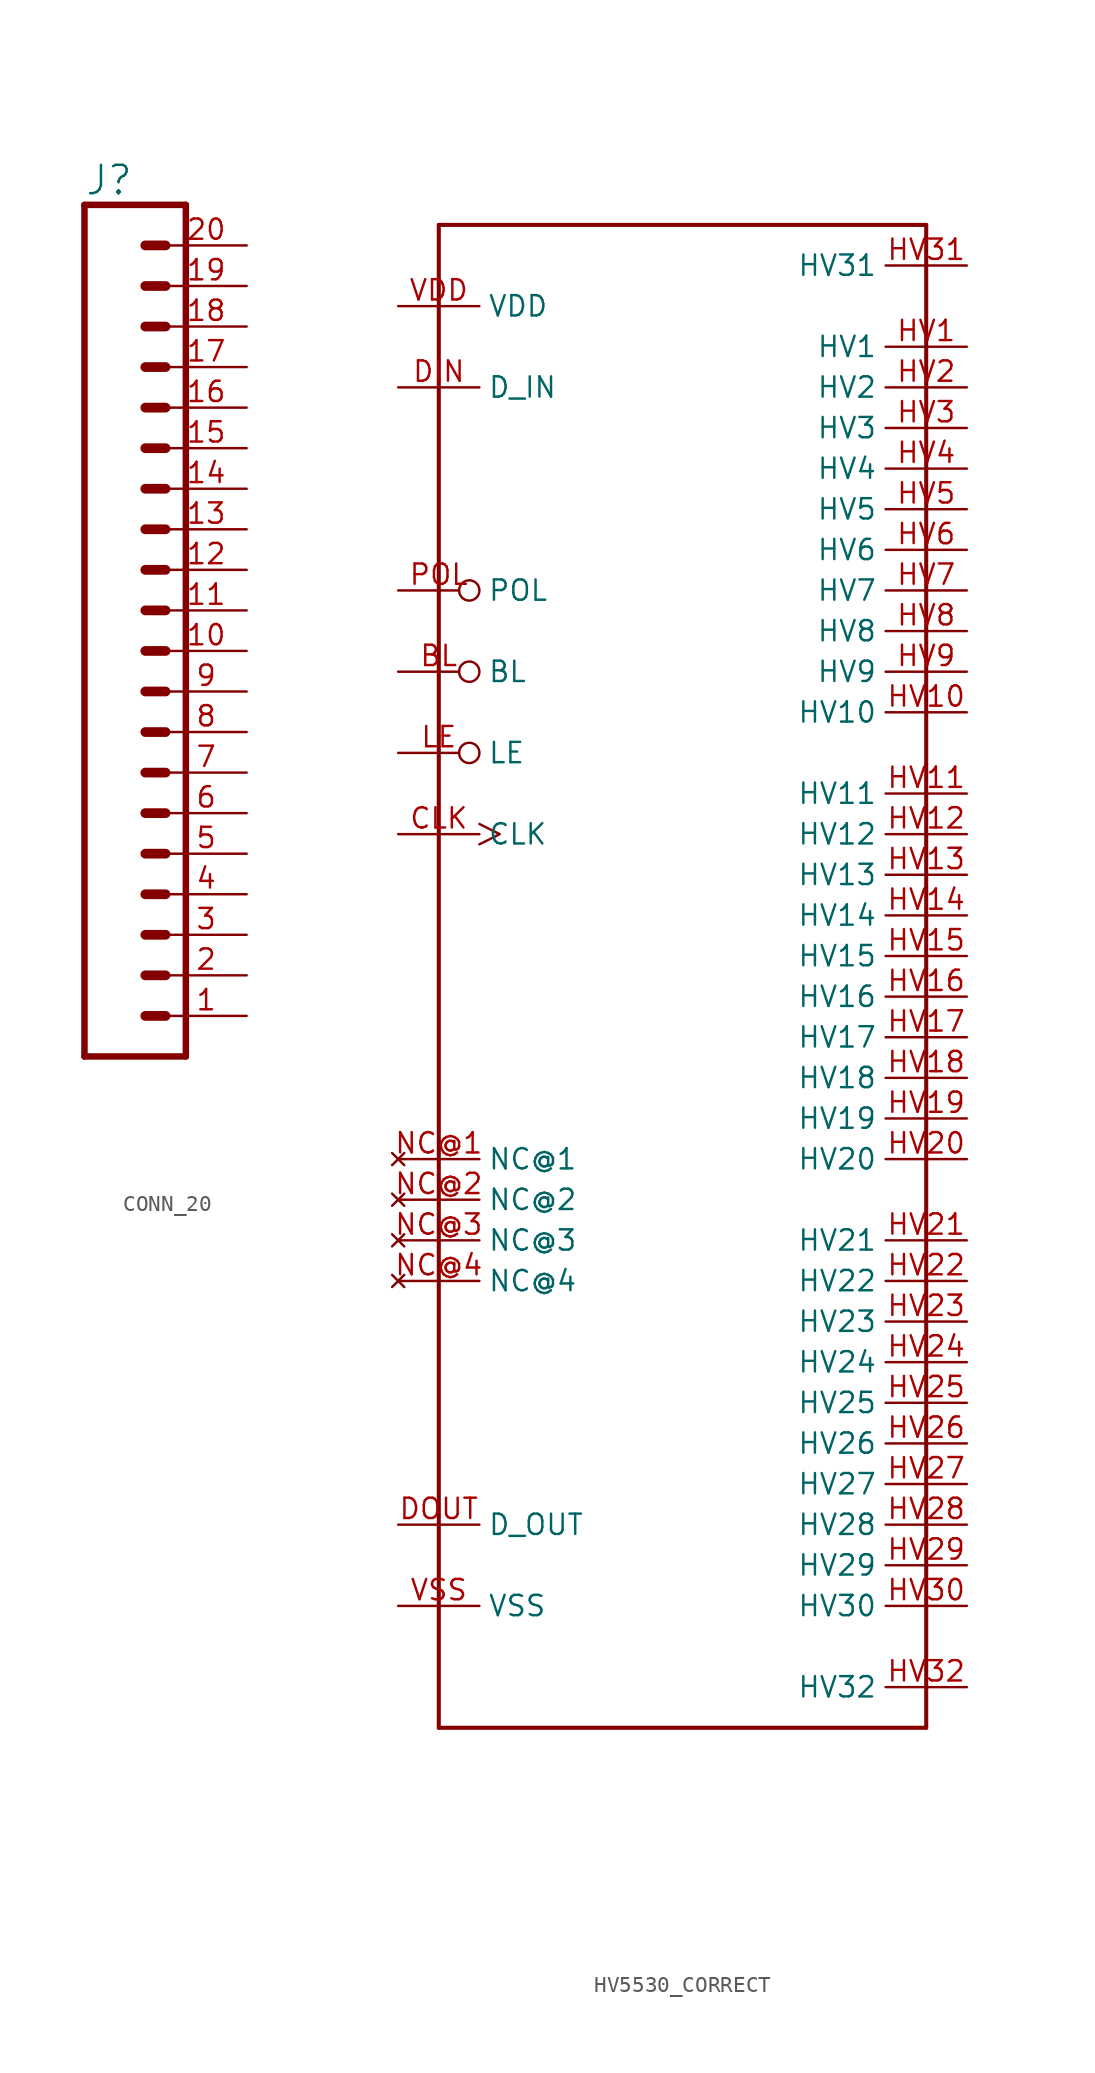
<source format=kicad_sym>
(kicad_symbol_lib
  (version 20231120)
  (generator "kicad_symbol_editor")
  (generator_version "8.0")
  (symbol "CONN_20"
    (property "Reference" "J"
      (at 0 56.388 0)
      (effects (font (size 1.778 1.778)) (justify left bottom)))
    (property "Value" ""
      (at 0 0.254 0)
      (effects (font (size 1.778 1.778)) (justify left bottom)))
    (property "ki_locked" ""
      (at 0 0 0)
      (effects (font (size 1.27 1.27))))
    (symbol "CONN_20_1_0"
      (polyline (pts (xy 0 55.88) (xy 0 2.54)) (stroke (width 0.406) (type solid)) (fill (type none)))
      (polyline (pts (xy 0 55.88) (xy 6.35 55.88)) (stroke (width 0.406) (type solid)) (fill (type none)))
      (polyline (pts (xy 3.81 5.08) (xy 5.08 5.08)) (stroke (width 0.61) (type solid)) (fill (type none)))
      (polyline (pts (xy 3.81 7.62) (xy 5.08 7.62)) (stroke (width 0.61) (type solid)) (fill (type none)))
      (polyline (pts (xy 3.81 10.16) (xy 5.08 10.16)) (stroke (width 0.61) (type solid)) (fill (type none)))
      (polyline (pts (xy 3.81 12.7) (xy 5.08 12.7)) (stroke (width 0.61) (type solid)) (fill (type none)))
      (polyline (pts (xy 3.81 15.24) (xy 5.08 15.24)) (stroke (width 0.61) (type solid)) (fill (type none)))
      (polyline (pts (xy 3.81 17.78) (xy 5.08 17.78)) (stroke (width 0.61) (type solid)) (fill (type none)))
      (polyline (pts (xy 3.81 20.32) (xy 5.08 20.32)) (stroke (width 0.61) (type solid)) (fill (type none)))
      (polyline (pts (xy 3.81 22.86) (xy 5.08 22.86)) (stroke (width 0.61) (type solid)) (fill (type none)))
      (polyline (pts (xy 3.81 25.4) (xy 5.08 25.4)) (stroke (width 0.61) (type solid)) (fill (type none)))
      (polyline (pts (xy 3.81 27.94) (xy 5.08 27.94)) (stroke (width 0.61) (type solid)) (fill (type none)))
      (polyline (pts (xy 3.81 30.48) (xy 5.08 30.48)) (stroke (width 0.61) (type solid)) (fill (type none)))
      (polyline (pts (xy 3.81 33.02) (xy 5.08 33.02)) (stroke (width 0.61) (type solid)) (fill (type none)))
      (polyline (pts (xy 3.81 35.56) (xy 5.08 35.56)) (stroke (width 0.61) (type solid)) (fill (type none)))
      (polyline (pts (xy 3.81 38.1) (xy 5.08 38.1)) (stroke (width 0.61) (type solid)) (fill (type none)))
      (polyline (pts (xy 3.81 40.64) (xy 5.08 40.64)) (stroke (width 0.61) (type solid)) (fill (type none)))
      (polyline (pts (xy 3.81 43.18) (xy 5.08 43.18)) (stroke (width 0.61) (type solid)) (fill (type none)))
      (polyline (pts (xy 3.81 45.72) (xy 5.08 45.72)) (stroke (width 0.61) (type solid)) (fill (type none)))
      (polyline (pts (xy 3.81 48.26) (xy 5.08 48.26)) (stroke (width 0.61) (type solid)) (fill (type none)))
      (polyline (pts (xy 3.81 50.8) (xy 5.08 50.8)) (stroke (width 0.61) (type solid)) (fill (type none)))
      (polyline (pts (xy 3.81 53.34) (xy 5.08 53.34)) (stroke (width 0.61) (type solid)) (fill (type none)))
      (polyline (pts (xy 6.35 2.54) (xy 0 2.54)) (stroke (width 0.406) (type solid)) (fill (type none)))
      (polyline (pts (xy 6.35 2.54) (xy 6.35 55.88)) (stroke (width 0.406) (type solid)) (fill (type none)))
      (pin passive line (at 10.16 5.08 180) (length 5.08) (name "1" (effects (font (size 0 0)))) (number "1" (effects (font (size 1.27 1.27)))))
      (pin passive line (at 10.16 27.94 180) (length 5.08) (name "10" (effects (font (size 0 0)))) (number "10" (effects (font (size 1.27 1.27)))))
      (pin passive line (at 10.16 30.48 180) (length 5.08) (name "11" (effects (font (size 0 0)))) (number "11" (effects (font (size 1.27 1.27)))))
      (pin passive line (at 10.16 33.02 180) (length 5.08) (name "12" (effects (font (size 0 0)))) (number "12" (effects (font (size 1.27 1.27)))))
      (pin passive line (at 10.16 35.56 180) (length 5.08) (name "13" (effects (font (size 0 0)))) (number "13" (effects (font (size 1.27 1.27)))))
      (pin passive line (at 10.16 38.1 180) (length 5.08) (name "14" (effects (font (size 0 0)))) (number "14" (effects (font (size 1.27 1.27)))))
      (pin passive line (at 10.16 40.64 180) (length 5.08) (name "15" (effects (font (size 0 0)))) (number "15" (effects (font (size 1.27 1.27)))))
      (pin passive line (at 10.16 43.18 180) (length 5.08) (name "16" (effects (font (size 0 0)))) (number "16" (effects (font (size 1.27 1.27)))))
      (pin passive line (at 10.16 45.72 180) (length 5.08) (name "17" (effects (font (size 0 0)))) (number "17" (effects (font (size 1.27 1.27)))))
      (pin passive line (at 10.16 48.26 180) (length 5.08) (name "18" (effects (font (size 0 0)))) (number "18" (effects (font (size 1.27 1.27)))))
      (pin passive line (at 10.16 50.8 180) (length 5.08) (name "19" (effects (font (size 0 0)))) (number "19" (effects (font (size 1.27 1.27)))))
      (pin passive line (at 10.16 7.62 180) (length 5.08) (name "2" (effects (font (size 0 0)))) (number "2" (effects (font (size 1.27 1.27)))))
      (pin passive line (at 10.16 53.34 180) (length 5.08) (name "20" (effects (font (size 0 0)))) (number "20" (effects (font (size 1.27 1.27)))))
      (pin passive line (at 10.16 10.16 180) (length 5.08) (name "3" (effects (font (size 0 0)))) (number "3" (effects (font (size 1.27 1.27)))))
      (pin passive line (at 10.16 12.7 180) (length 5.08) (name "4" (effects (font (size 0 0)))) (number "4" (effects (font (size 1.27 1.27)))))
      (pin passive line (at 10.16 15.24 180) (length 5.08) (name "5" (effects (font (size 0 0)))) (number "5" (effects (font (size 1.27 1.27)))))
      (pin passive line (at 10.16 17.78 180) (length 5.08) (name "6" (effects (font (size 0 0)))) (number "6" (effects (font (size 1.27 1.27)))))
      (pin passive line (at 10.16 20.32 180) (length 5.08) (name "7" (effects (font (size 0 0)))) (number "7" (effects (font (size 1.27 1.27)))))
      (pin passive line (at 10.16 22.86 180) (length 5.08) (name "8" (effects (font (size 0 0)))) (number "8" (effects (font (size 1.27 1.27)))))
      (pin passive line (at 10.16 25.4 180) (length 5.08) (name "9" (effects (font (size 0 0)))) (number "9" (effects (font (size 1.27 1.27)))))))
  (symbol "HV5530_CORRECT"
    (property "Reference" ""
      (at -12.7 48.26 0)
      (effects (font (size 1.778 1.511)) (justify left bottom) (hide yes)))
    (property "Value" ""
      (at -12.7 -53.34 0)
      (effects (font (size 1.778 1.511)) (justify left bottom)))
    (property "ki_locked" ""
      (at 0 0 0)
      (effects (font (size 1.27 1.27))))
    (symbol "HV5530_CORRECT_1_0"
      (polyline (pts (xy -15.24 -48.26) (xy -15.24 45.72)) (stroke (width 0.254) (type solid)) (fill (type none)))
      (polyline (pts (xy -15.24 45.72) (xy 15.24 45.72)) (stroke (width 0.254) (type solid)) (fill (type none)))
      (polyline (pts (xy 15.24 -48.26) (xy -15.24 -48.26)) (stroke (width 0.254) (type solid)) (fill (type none)))
      (polyline (pts (xy 15.24 45.72) (xy 15.24 -48.26)) (stroke (width 0.254) (type solid)) (fill (type none)))
      (pin input inverted (at -17.78 17.78 0) (length 5.08) (name "BL" (effects (font (size 1.27 1.27)))) (number "BL" (effects (font (size 1.27 1.27)))))
      (pin bidirectional clock (at -17.78 7.62 0) (length 5.08) (name "CLK" (effects (font (size 1.27 1.27)))) (number "CLK" (effects (font (size 1.27 1.27)))))
      (pin input line (at -17.78 35.56 0) (length 5.08) (name "D_IN" (effects (font (size 1.27 1.27)))) (number "DIN" (effects (font (size 1.27 1.27)))))
      (pin output line (at -17.78 -35.56 0) (length 5.08) (name "D_OUT" (effects (font (size 1.27 1.27)))) (number "DOUT" (effects (font (size 1.27 1.27)))))
      (pin output line (at 17.78 38.1 180) (length 5.08) (name "HV1" (effects (font (size 1.27 1.27)))) (number "HV1" (effects (font (size 1.27 1.27)))))
      (pin output line (at 17.78 15.24 180) (length 5.08) (name "HV10" (effects (font (size 1.27 1.27)))) (number "HV10" (effects (font (size 1.27 1.27)))))
      (pin output line (at 17.78 10.16 180) (length 5.08) (name "HV11" (effects (font (size 1.27 1.27)))) (number "HV11" (effects (font (size 1.27 1.27)))))
      (pin output line (at 17.78 7.62 180) (length 5.08) (name "HV12" (effects (font (size 1.27 1.27)))) (number "HV12" (effects (font (size 1.27 1.27)))))
      (pin output line (at 17.78 5.08 180) (length 5.08) (name "HV13" (effects (font (size 1.27 1.27)))) (number "HV13" (effects (font (size 1.27 1.27)))))
      (pin output line (at 17.78 2.54 180) (length 5.08) (name "HV14" (effects (font (size 1.27 1.27)))) (number "HV14" (effects (font (size 1.27 1.27)))))
      (pin output line (at 17.78 0 180) (length 5.08) (name "HV15" (effects (font (size 1.27 1.27)))) (number "HV15" (effects (font (size 1.27 1.27)))))
      (pin output line (at 17.78 -2.54 180) (length 5.08) (name "HV16" (effects (font (size 1.27 1.27)))) (number "HV16" (effects (font (size 1.27 1.27)))))
      (pin output line (at 17.78 -5.08 180) (length 5.08) (name "HV17" (effects (font (size 1.27 1.27)))) (number "HV17" (effects (font (size 1.27 1.27)))))
      (pin output line (at 17.78 -7.62 180) (length 5.08) (name "HV18" (effects (font (size 1.27 1.27)))) (number "HV18" (effects (font (size 1.27 1.27)))))
      (pin output line (at 17.78 -10.16 180) (length 5.08) (name "HV19" (effects (font (size 1.27 1.27)))) (number "HV19" (effects (font (size 1.27 1.27)))))
      (pin output line (at 17.78 35.56 180) (length 5.08) (name "HV2" (effects (font (size 1.27 1.27)))) (number "HV2" (effects (font (size 1.27 1.27)))))
      (pin output line (at 17.78 -12.7 180) (length 5.08) (name "HV20" (effects (font (size 1.27 1.27)))) (number "HV20" (effects (font (size 1.27 1.27)))))
      (pin output line (at 17.78 -17.78 180) (length 5.08) (name "HV21" (effects (font (size 1.27 1.27)))) (number "HV21" (effects (font (size 1.27 1.27)))))
      (pin output line (at 17.78 -20.32 180) (length 5.08) (name "HV22" (effects (font (size 1.27 1.27)))) (number "HV22" (effects (font (size 1.27 1.27)))))
      (pin output line (at 17.78 -22.86 180) (length 5.08) (name "HV23" (effects (font (size 1.27 1.27)))) (number "HV23" (effects (font (size 1.27 1.27)))))
      (pin output line (at 17.78 -25.4 180) (length 5.08) (name "HV24" (effects (font (size 1.27 1.27)))) (number "HV24" (effects (font (size 1.27 1.27)))))
      (pin output line (at 17.78 -27.94 180) (length 5.08) (name "HV25" (effects (font (size 1.27 1.27)))) (number "HV25" (effects (font (size 1.27 1.27)))))
      (pin output line (at 17.78 -30.48 180) (length 5.08) (name "HV26" (effects (font (size 1.27 1.27)))) (number "HV26" (effects (font (size 1.27 1.27)))))
      (pin output line (at 17.78 -33.02 180) (length 5.08) (name "HV27" (effects (font (size 1.27 1.27)))) (number "HV27" (effects (font (size 1.27 1.27)))))
      (pin output line (at 17.78 -35.56 180) (length 5.08) (name "HV28" (effects (font (size 1.27 1.27)))) (number "HV28" (effects (font (size 1.27 1.27)))))
      (pin output line (at 17.78 -38.1 180) (length 5.08) (name "HV29" (effects (font (size 1.27 1.27)))) (number "HV29" (effects (font (size 1.27 1.27)))))
      (pin output line (at 17.78 33.02 180) (length 5.08) (name "HV3" (effects (font (size 1.27 1.27)))) (number "HV3" (effects (font (size 1.27 1.27)))))
      (pin output line (at 17.78 -40.64 180) (length 5.08) (name "HV30" (effects (font (size 1.27 1.27)))) (number "HV30" (effects (font (size 1.27 1.27)))))
      (pin output line (at 17.78 43.18 180) (length 5.08) (name "HV31" (effects (font (size 1.27 1.27)))) (number "HV31" (effects (font (size 1.27 1.27)))))
      (pin output line (at 17.78 -45.72 180) (length 5.08) (name "HV32" (effects (font (size 1.27 1.27)))) (number "HV32" (effects (font (size 1.27 1.27)))))
      (pin output line (at 17.78 30.48 180) (length 5.08) (name "HV4" (effects (font (size 1.27 1.27)))) (number "HV4" (effects (font (size 1.27 1.27)))))
      (pin output line (at 17.78 27.94 180) (length 5.08) (name "HV5" (effects (font (size 1.27 1.27)))) (number "HV5" (effects (font (size 1.27 1.27)))))
      (pin output line (at 17.78 25.4 180) (length 5.08) (name "HV6" (effects (font (size 1.27 1.27)))) (number "HV6" (effects (font (size 1.27 1.27)))))
      (pin output line (at 17.78 22.86 180) (length 5.08) (name "HV7" (effects (font (size 1.27 1.27)))) (number "HV7" (effects (font (size 1.27 1.27)))))
      (pin output line (at 17.78 20.32 180) (length 5.08) (name "HV8" (effects (font (size 1.27 1.27)))) (number "HV8" (effects (font (size 1.27 1.27)))))
      (pin output line (at 17.78 17.78 180) (length 5.08) (name "HV9" (effects (font (size 1.27 1.27)))) (number "HV9" (effects (font (size 1.27 1.27)))))
      (pin input inverted (at -17.78 12.7 0) (length 5.08) (name "LE" (effects (font (size 1.27 1.27)))) (number "LE" (effects (font (size 1.27 1.27)))))
      (pin no_connect line (at -17.78 -12.7 0) (length 5.08) (name "NC@1" (effects (font (size 1.27 1.27)))) (number "NC@1" (effects (font (size 1.27 1.27)))))
      (pin no_connect line (at -17.78 -15.24 0) (length 5.08) (name "NC@2" (effects (font (size 1.27 1.27)))) (number "NC@2" (effects (font (size 1.27 1.27)))))
      (pin no_connect line (at -17.78 -17.78 0) (length 5.08) (name "NC@3" (effects (font (size 1.27 1.27)))) (number "NC@3" (effects (font (size 1.27 1.27)))))
      (pin no_connect line (at -17.78 -20.32 0) (length 5.08) (name "NC@4" (effects (font (size 1.27 1.27)))) (number "NC@4" (effects (font (size 1.27 1.27)))))
      (pin input inverted (at -17.78 22.86 0) (length 5.08) (name "POL" (effects (font (size 1.27 1.27)))) (number "POL" (effects (font (size 1.27 1.27)))))
      (pin power_in line (at -17.78 40.64 0) (length 5.08) (name "VDD" (effects (font (size 1.27 1.27)))) (number "VDD" (effects (font (size 1.27 1.27)))))
      (pin power_in line (at -17.78 -40.64 0) (length 5.08) (name "VSS" (effects (font (size 1.27 1.27)))) (number "VSS" (effects (font (size 1.27 1.27))))))))
</source>
